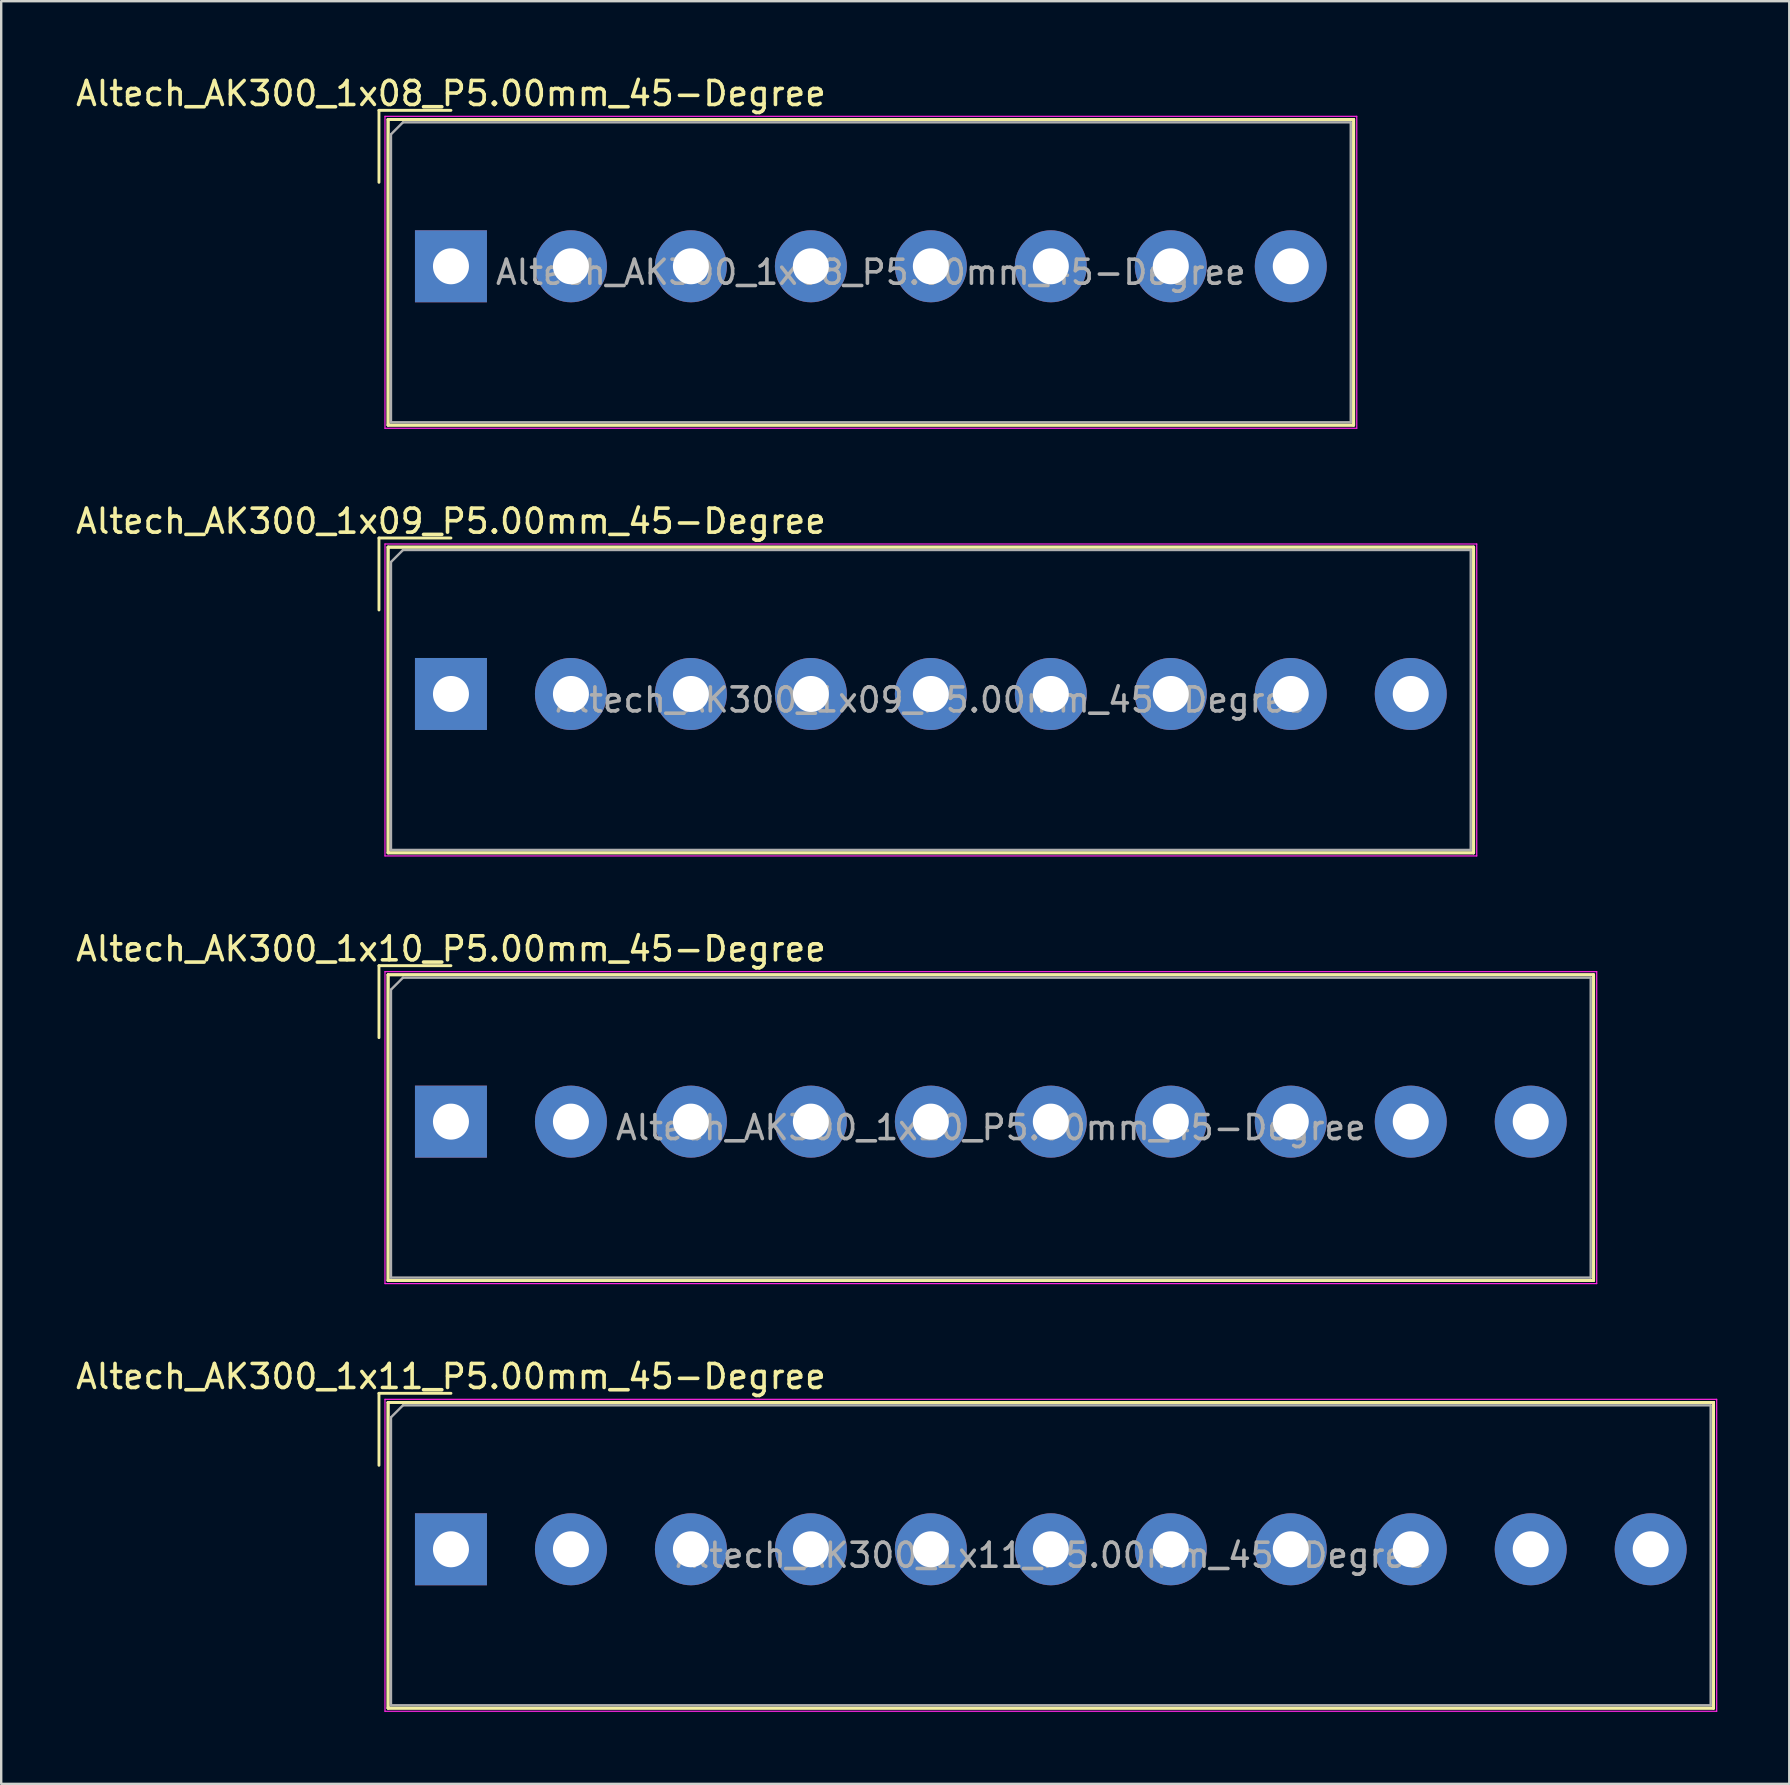
<source format=kicad_pcb>
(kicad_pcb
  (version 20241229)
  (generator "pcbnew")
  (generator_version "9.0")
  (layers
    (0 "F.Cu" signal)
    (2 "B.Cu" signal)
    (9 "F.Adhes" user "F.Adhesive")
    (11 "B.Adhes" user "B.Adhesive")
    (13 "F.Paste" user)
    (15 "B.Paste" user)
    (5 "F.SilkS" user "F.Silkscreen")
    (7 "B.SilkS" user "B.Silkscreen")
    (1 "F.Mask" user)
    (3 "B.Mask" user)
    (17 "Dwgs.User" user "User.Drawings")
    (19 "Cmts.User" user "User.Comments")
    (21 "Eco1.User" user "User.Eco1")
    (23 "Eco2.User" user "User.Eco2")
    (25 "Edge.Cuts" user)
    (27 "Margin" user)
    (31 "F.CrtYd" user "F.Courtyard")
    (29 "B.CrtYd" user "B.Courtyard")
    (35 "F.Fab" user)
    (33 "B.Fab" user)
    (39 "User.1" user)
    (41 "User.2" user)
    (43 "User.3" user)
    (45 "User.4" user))
  (footprint "Altech_AK300_1x10_P5.00mm_45-Degree"
    (layer "F.Cu")
    (at 15.744 43.695)
    (property "Reference" "Altech_AK300_1x10_P5.00mm_45-Degree" (at 0 -7.2 0) (layer "F.SilkS") (effects (font (size 1 1) (thickness 0.15))))
    (attr through_hole)
    (fp_line (start -3 -6.5) (end 0 -6.5) (stroke (width 0.12) (type solid)) (layer "F.SilkS"))
    (fp_line (start -3 -3.5) (end -3 -6.5) (stroke (width 0.12) (type solid)) (layer "F.SilkS"))
    (fp_line (start -2.62 -6.12) (end -2.62 6.62) (stroke (width 0.12) (type solid)) (layer "F.SilkS"))
    (fp_line (start -2.62 -6.12) (end -2.62 6.62) (stroke (width 0.12) (type solid)) (layer "F.SilkS"))
    (fp_line (start -2.62 -6.12) (end 47.62 -6.12) (stroke (width 0.12) (type solid)) (layer "F.SilkS"))
    (fp_line (start -2.62 -6.12) (end 47.62 -6.12) (stroke (width 0.12) (type solid)) (layer "F.SilkS"))
    (fp_line (start -2.62 6.62) (end 47.62 6.62) (stroke (width 0.12) (type solid)) (layer "F.SilkS"))
    (fp_line (start -2.62 6.62) (end 47.62 6.62) (stroke (width 0.12) (type solid)) (layer "F.SilkS"))
    (fp_line (start 47.62 -6.12) (end 47.62 6.62) (stroke (width 0.12) (type solid)) (layer "F.SilkS"))
    (fp_line (start 47.62 -6.12) (end 47.62 6.62) (stroke (width 0.12) (type solid)) (layer "F.SilkS"))
    (fp_line (start -2.75 -6.25) (end -2.75 6.75) (stroke (width 0.05) (type solid)) (layer "F.CrtYd"))
    (fp_line (start -2.75 -6.25) (end 47.75 -6.25) (stroke (width 0.05) (type solid)) (layer "F.CrtYd"))
    (fp_line (start -2.75 6.75) (end 47.75 6.75) (stroke (width 0.05) (type solid)) (layer "F.CrtYd"))
    (fp_line (start 47.75 -6.25) (end 47.75 6.75) (stroke (width 0.05) (type solid)) (layer "F.CrtYd"))
    (fp_line (start -2.5 -5.5) (end -2 -6) (stroke (width 0.1) (type solid)) (layer "F.Fab"))
    (fp_line (start -2.5 6.5) (end -2.5 -5.5) (stroke (width 0.1) (type solid)) (layer "F.Fab"))
    (fp_line (start -2 -6) (end 47.5 -6) (stroke (width 0.1) (type solid)) (layer "F.Fab"))
    (fp_line (start 47.5 -6) (end 47.5 6.5) (stroke (width 0.1) (type solid)) (layer "F.Fab"))
    (fp_line (start 47.5 6.5) (end -2.5 6.5) (stroke (width 0.1) (type solid)) (layer "F.Fab"))
    (fp_text user "${REFERENCE}" (at 22.5 0.25 0) (layer "F.Fab") (effects (font (size 1 1) (thickness 0.15))))
    (pad "1" thru_hole rect (at 0 0) (size 3 3) (drill 1.5) (layers "*.Cu" "*.Mask"))
    (pad "2" thru_hole circle (at 5 0) (size 3 3) (drill 1.5) (layers "*.Cu" "*.Mask"))
    (pad "3" thru_hole circle (at 10 0) (size 3 3) (drill 1.5) (layers "*.Cu" "*.Mask"))
    (pad "4" thru_hole circle (at 15 0) (size 3 3) (drill 1.5) (layers "*.Cu" "*.Mask"))
    (pad "5" thru_hole circle (at 20 0) (size 3 3) (drill 1.5) (layers "*.Cu" "*.Mask"))
    (pad "6" thru_hole circle (at 25 0) (size 3 3) (drill 1.5) (layers "*.Cu" "*.Mask"))
    (pad "7" thru_hole circle (at 30 0) (size 3 3) (drill 1.5) (layers "*.Cu" "*.Mask"))
    (pad "8" thru_hole circle (at 35 0) (size 3 3) (drill 1.5) (layers "*.Cu" "*.Mask"))
    (pad "9" thru_hole circle (at 40 0) (size 3 3) (drill 1.5) (layers "*.Cu" "*.Mask"))
    (pad "10" thru_hole circle (at 45 0) (size 3 3) (drill 1.5) (layers "*.Cu" "*.Mask")))
  (footprint "Altech_AK300_1x08_P5.00mm_45-Degree"
    (layer "F.Cu")
    (at 15.744 8.048)
    (property "Reference" "Altech_AK300_1x08_P5.00mm_45-Degree" (at 0 -7.2 0) (layer "F.SilkS") (effects (font (size 1 1) (thickness 0.15))))
    (attr through_hole)
    (fp_line (start -3 -6.5) (end 0 -6.5) (stroke (width 0.12) (type solid)) (layer "F.SilkS"))
    (fp_line (start -3 -3.5) (end -3 -6.5) (stroke (width 0.12) (type solid)) (layer "F.SilkS"))
    (fp_line (start -2.62 -6.12) (end -2.62 6.62) (stroke (width 0.12) (type solid)) (layer "F.SilkS"))
    (fp_line (start -2.62 -6.12) (end -2.62 6.62) (stroke (width 0.12) (type solid)) (layer "F.SilkS"))
    (fp_line (start -2.62 -6.12) (end 37.62 -6.12) (stroke (width 0.12) (type solid)) (layer "F.SilkS"))
    (fp_line (start -2.62 -6.12) (end 37.62 -6.12) (stroke (width 0.12) (type solid)) (layer "F.SilkS"))
    (fp_line (start -2.62 6.62) (end 37.62 6.62) (stroke (width 0.12) (type solid)) (layer "F.SilkS"))
    (fp_line (start -2.62 6.62) (end 37.62 6.62) (stroke (width 0.12) (type solid)) (layer "F.SilkS"))
    (fp_line (start 37.62 -6.12) (end 37.62 6.62) (stroke (width 0.12) (type solid)) (layer "F.SilkS"))
    (fp_line (start 37.62 -6.12) (end 37.62 6.62) (stroke (width 0.12) (type solid)) (layer "F.SilkS"))
    (fp_line (start -2.75 -6.25) (end -2.75 6.75) (stroke (width 0.05) (type solid)) (layer "F.CrtYd"))
    (fp_line (start -2.75 -6.25) (end 37.75 -6.25) (stroke (width 0.05) (type solid)) (layer "F.CrtYd"))
    (fp_line (start -2.75 6.75) (end 37.75 6.75) (stroke (width 0.05) (type solid)) (layer "F.CrtYd"))
    (fp_line (start 37.75 -6.25) (end 37.75 6.75) (stroke (width 0.05) (type solid)) (layer "F.CrtYd"))
    (fp_line (start -2.5 -5.5) (end -2 -6) (stroke (width 0.1) (type solid)) (layer "F.Fab"))
    (fp_line (start -2.5 6.5) (end -2.5 -5.5) (stroke (width 0.1) (type solid)) (layer "F.Fab"))
    (fp_line (start -2 -6) (end 37.5 -6) (stroke (width 0.1) (type solid)) (layer "F.Fab"))
    (fp_line (start 37.5 -6) (end 37.5 6.5) (stroke (width 0.1) (type solid)) (layer "F.Fab"))
    (fp_line (start 37.5 6.5) (end -2.5 6.5) (stroke (width 0.1) (type solid)) (layer "F.Fab"))
    (fp_text user "${REFERENCE}" (at 17.5 0.25 0) (layer "F.Fab") (effects (font (size 1 1) (thickness 0.15))))
    (pad "1" thru_hole rect (at 0 0) (size 3 3) (drill 1.5) (layers "*.Cu" "*.Mask"))
    (pad "2" thru_hole circle (at 5 0) (size 3 3) (drill 1.5) (layers "*.Cu" "*.Mask"))
    (pad "3" thru_hole circle (at 10 0) (size 3 3) (drill 1.5) (layers "*.Cu" "*.Mask"))
    (pad "4" thru_hole circle (at 15 0) (size 3 3) (drill 1.5) (layers "*.Cu" "*.Mask"))
    (pad "5" thru_hole circle (at 20 0) (size 3 3) (drill 1.5) (layers "*.Cu" "*.Mask"))
    (pad "6" thru_hole circle (at 25 0) (size 3 3) (drill 1.5) (layers "*.Cu" "*.Mask"))
    (pad "7" thru_hole circle (at 30 0) (size 3 3) (drill 1.5) (layers "*.Cu" "*.Mask"))
    (pad "8" thru_hole circle (at 35 0) (size 3 3) (drill 1.5) (layers "*.Cu" "*.Mask")))
  (footprint "Altech_AK300_1x11_P5.00mm_45-Degree"
    (layer "F.Cu")
    (at 15.744 61.518)
    (property "Reference" "Altech_AK300_1x11_P5.00mm_45-Degree" (at 0 -7.2 0) (layer "F.SilkS") (effects (font (size 1 1) (thickness 0.15))))
    (attr through_hole)
    (fp_line (start -3 -6.5) (end 0 -6.5) (stroke (width 0.12) (type solid)) (layer "F.SilkS"))
    (fp_line (start -3 -3.5) (end -3 -6.5) (stroke (width 0.12) (type solid)) (layer "F.SilkS"))
    (fp_line (start -2.62 -6.12) (end -2.62 6.62) (stroke (width 0.12) (type solid)) (layer "F.SilkS"))
    (fp_line (start -2.62 -6.12) (end -2.62 6.62) (stroke (width 0.12) (type solid)) (layer "F.SilkS"))
    (fp_line (start -2.62 -6.12) (end 52.62 -6.12) (stroke (width 0.12) (type solid)) (layer "F.SilkS"))
    (fp_line (start -2.62 -6.12) (end 52.62 -6.12) (stroke (width 0.12) (type solid)) (layer "F.SilkS"))
    (fp_line (start -2.62 6.62) (end 52.62 6.62) (stroke (width 0.12) (type solid)) (layer "F.SilkS"))
    (fp_line (start -2.62 6.62) (end 52.62 6.62) (stroke (width 0.12) (type solid)) (layer "F.SilkS"))
    (fp_line (start 52.62 -6.12) (end 52.62 6.62) (stroke (width 0.12) (type solid)) (layer "F.SilkS"))
    (fp_line (start 52.62 -6.12) (end 52.62 6.62) (stroke (width 0.12) (type solid)) (layer "F.SilkS"))
    (fp_line (start -2.75 -6.25) (end -2.75 6.75) (stroke (width 0.05) (type solid)) (layer "F.CrtYd"))
    (fp_line (start -2.75 -6.25) (end 52.75 -6.25) (stroke (width 0.05) (type solid)) (layer "F.CrtYd"))
    (fp_line (start -2.75 6.75) (end 52.75 6.75) (stroke (width 0.05) (type solid)) (layer "F.CrtYd"))
    (fp_line (start 52.75 -6.25) (end 52.75 6.75) (stroke (width 0.05) (type solid)) (layer "F.CrtYd"))
    (fp_line (start -2.5 -5.5) (end -2 -6) (stroke (width 0.1) (type solid)) (layer "F.Fab"))
    (fp_line (start -2.5 6.5) (end -2.5 -5.5) (stroke (width 0.1) (type solid)) (layer "F.Fab"))
    (fp_line (start -2 -6) (end 52.5 -6) (stroke (width 0.1) (type solid)) (layer "F.Fab"))
    (fp_line (start 52.5 -6) (end 52.5 6.5) (stroke (width 0.1) (type solid)) (layer "F.Fab"))
    (fp_line (start 52.5 6.5) (end -2.5 6.5) (stroke (width 0.1) (type solid)) (layer "F.Fab"))
    (fp_text user "${REFERENCE}" (at 25 0.25 0) (layer "F.Fab") (effects (font (size 1 1) (thickness 0.15))))
    (pad "1" thru_hole rect (at 0 0) (size 3 3) (drill 1.5) (layers "*.Cu" "*.Mask"))
    (pad "2" thru_hole circle (at 5 0) (size 3 3) (drill 1.5) (layers "*.Cu" "*.Mask"))
    (pad "3" thru_hole circle (at 10 0) (size 3 3) (drill 1.5) (layers "*.Cu" "*.Mask"))
    (pad "4" thru_hole circle (at 15 0) (size 3 3) (drill 1.5) (layers "*.Cu" "*.Mask"))
    (pad "5" thru_hole circle (at 20 0) (size 3 3) (drill 1.5) (layers "*.Cu" "*.Mask"))
    (pad "6" thru_hole circle (at 25 0) (size 3 3) (drill 1.5) (layers "*.Cu" "*.Mask"))
    (pad "7" thru_hole circle (at 30 0) (size 3 3) (drill 1.5) (layers "*.Cu" "*.Mask"))
    (pad "8" thru_hole circle (at 35 0) (size 3 3) (drill 1.5) (layers "*.Cu" "*.Mask"))
    (pad "9" thru_hole circle (at 40 0) (size 3 3) (drill 1.5) (layers "*.Cu" "*.Mask"))
    (pad "10" thru_hole circle (at 45 0) (size 3 3) (drill 1.5) (layers "*.Cu" "*.Mask"))
    (pad "11" thru_hole circle (at 50 0) (size 3 3) (drill 1.5) (layers "*.Cu" "*.Mask")))
  (footprint "Altech_AK300_1x09_P5.00mm_45-Degree"
    (layer "F.Cu")
    (at 15.744 25.872)
    (property "Reference" "Altech_AK300_1x09_P5.00mm_45-Degree" (at 0 -7.2 0) (layer "F.SilkS") (effects (font (size 1 1) (thickness 0.15))))
    (attr through_hole)
    (fp_line (start -3 -6.5) (end 0 -6.5) (stroke (width 0.12) (type solid)) (layer "F.SilkS"))
    (fp_line (start -3 -3.5) (end -3 -6.5) (stroke (width 0.12) (type solid)) (layer "F.SilkS"))
    (fp_line (start -2.62 -6.12) (end -2.62 6.62) (stroke (width 0.12) (type solid)) (layer "F.SilkS"))
    (fp_line (start -2.62 -6.12) (end -2.62 6.62) (stroke (width 0.12) (type solid)) (layer "F.SilkS"))
    (fp_line (start -2.62 -6.12) (end 42.62 -6.12) (stroke (width 0.12) (type solid)) (layer "F.SilkS"))
    (fp_line (start -2.62 -6.12) (end 42.62 -6.12) (stroke (width 0.12) (type solid)) (layer "F.SilkS"))
    (fp_line (start -2.62 6.62) (end 42.62 6.62) (stroke (width 0.12) (type solid)) (layer "F.SilkS"))
    (fp_line (start -2.62 6.62) (end 42.62 6.62) (stroke (width 0.12) (type solid)) (layer "F.SilkS"))
    (fp_line (start 42.62 -6.12) (end 42.62 6.62) (stroke (width 0.12) (type solid)) (layer "F.SilkS"))
    (fp_line (start 42.62 -6.12) (end 42.62 6.62) (stroke (width 0.12) (type solid)) (layer "F.SilkS"))
    (fp_line (start -2.75 -6.25) (end -2.75 6.75) (stroke (width 0.05) (type solid)) (layer "F.CrtYd"))
    (fp_line (start -2.75 -6.25) (end 42.75 -6.25) (stroke (width 0.05) (type solid)) (layer "F.CrtYd"))
    (fp_line (start -2.75 6.75) (end 42.75 6.75) (stroke (width 0.05) (type solid)) (layer "F.CrtYd"))
    (fp_line (start 42.75 -6.25) (end 42.75 6.75) (stroke (width 0.05) (type solid)) (layer "F.CrtYd"))
    (fp_line (start -2.5 -5.5) (end -2 -6) (stroke (width 0.1) (type solid)) (layer "F.Fab"))
    (fp_line (start -2.5 6.5) (end -2.5 -5.5) (stroke (width 0.1) (type solid)) (layer "F.Fab"))
    (fp_line (start -2 -6) (end 42.5 -6) (stroke (width 0.1) (type solid)) (layer "F.Fab"))
    (fp_line (start 42.5 -6) (end 42.5 6.5) (stroke (width 0.1) (type solid)) (layer "F.Fab"))
    (fp_line (start 42.5 6.5) (end -2.5 6.5) (stroke (width 0.1) (type solid)) (layer "F.Fab"))
    (fp_text user "${REFERENCE}" (at 20 0.25 0) (layer "F.Fab") (effects (font (size 1 1) (thickness 0.15))))
    (pad "1" thru_hole rect (at 0 0) (size 3 3) (drill 1.5) (layers "*.Cu" "*.Mask"))
    (pad "2" thru_hole circle (at 5 0) (size 3 3) (drill 1.5) (layers "*.Cu" "*.Mask"))
    (pad "3" thru_hole circle (at 10 0) (size 3 3) (drill 1.5) (layers "*.Cu" "*.Mask"))
    (pad "4" thru_hole circle (at 15 0) (size 3 3) (drill 1.5) (layers "*.Cu" "*.Mask"))
    (pad "5" thru_hole circle (at 20 0) (size 3 3) (drill 1.5) (layers "*.Cu" "*.Mask"))
    (pad "6" thru_hole circle (at 25 0) (size 3 3) (drill 1.5) (layers "*.Cu" "*.Mask"))
    (pad "7" thru_hole circle (at 30 0) (size 3 3) (drill 1.5) (layers "*.Cu" "*.Mask"))
    (pad "8" thru_hole circle (at 35 0) (size 3 3) (drill 1.5) (layers "*.Cu" "*.Mask"))
    (pad "9" thru_hole circle (at 40 0) (size 3 3) (drill 1.5) (layers "*.Cu" "*.Mask")))
  (gr_rect
    (start -3 -3)
    (end 71.519 71.293)
    (stroke (width 0.1) (type default))
    (fill no)
    (layer "Edge.Cuts")))
</source>
